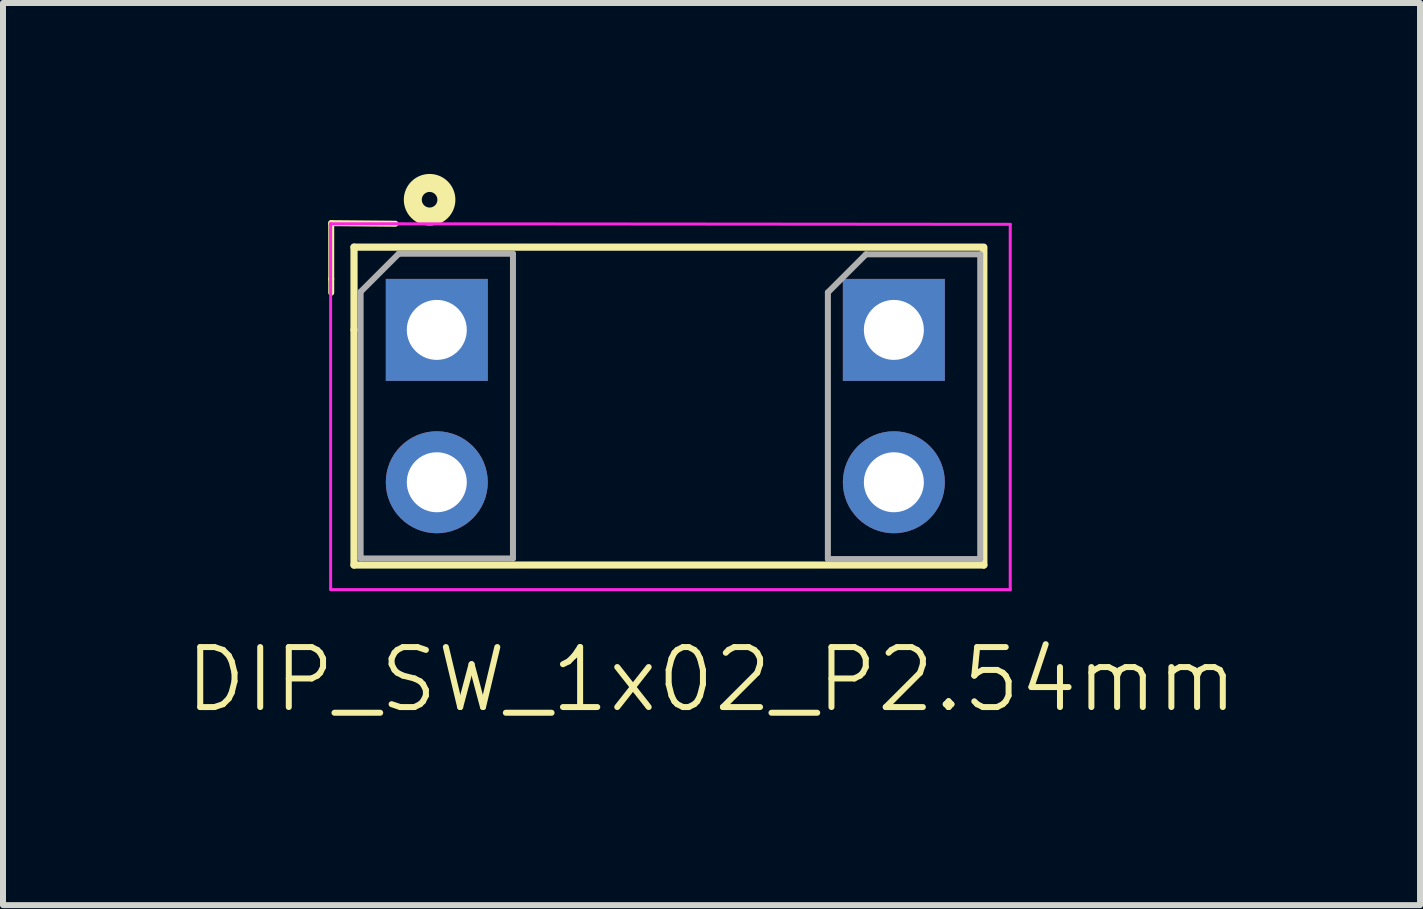
<source format=kicad_pcb>
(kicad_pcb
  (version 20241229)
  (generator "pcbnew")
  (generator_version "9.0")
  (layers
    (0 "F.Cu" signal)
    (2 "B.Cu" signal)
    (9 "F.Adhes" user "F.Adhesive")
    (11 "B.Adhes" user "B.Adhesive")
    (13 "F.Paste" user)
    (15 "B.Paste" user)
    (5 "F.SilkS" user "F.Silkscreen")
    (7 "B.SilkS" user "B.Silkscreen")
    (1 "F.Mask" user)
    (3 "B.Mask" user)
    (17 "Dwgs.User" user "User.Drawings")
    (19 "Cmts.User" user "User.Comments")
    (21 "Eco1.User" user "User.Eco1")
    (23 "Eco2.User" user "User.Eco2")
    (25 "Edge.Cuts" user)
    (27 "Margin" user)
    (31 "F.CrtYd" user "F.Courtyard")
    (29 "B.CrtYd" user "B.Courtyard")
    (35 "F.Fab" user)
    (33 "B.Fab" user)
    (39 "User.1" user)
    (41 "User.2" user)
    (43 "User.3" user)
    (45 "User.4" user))
  (footprint "DIP_SW_1x02_P2.54mm"
    (layer "F.Cu")
    (at 4.232 2.45)
    (property "Reference" "DIP_SW_1x02_P2.54mm" (at 4.58 5.83 0) (unlocked yes) (layer "F.SilkS") (effects (font (size 1 1) (thickness 0.1))))
    (attr smd)
    (fp_line (start -1.76 -1.78) (end -1.76 -0.85) (stroke (width 0.1) (type default)) (layer "F.SilkS"))
    (fp_line (start -1.76 -0.85) (end -1.76 -0.62) (stroke (width 0.1) (type default)) (layer "F.SilkS"))
    (fp_line (start -1.38 -1.38) (end 9.12 -1.38) (stroke (width 0.12) (type solid)) (layer "F.SilkS"))
    (fp_line (start -1.38 0) (end -1.38 -1.38) (stroke (width 0.12) (type solid)) (layer "F.SilkS"))
    (fp_line (start -1.38 0) (end -1.38 3.92) (stroke (width 0.12) (type solid)) (layer "F.SilkS"))
    (fp_line (start -1.38 3.92) (end 9.12 3.92) (stroke (width 0.12) (type solid)) (layer "F.SilkS"))
    (fp_line (start -0.69 -1.77) (end -1.76 -1.78) (stroke (width 0.1) (type default)) (layer "F.SilkS"))
    (fp_line (start 9.12 -1.35) (end 9.12 3.92) (stroke (width 0.12) (type solid)) (layer "F.SilkS"))
    (fp_circle (center -0.12 -2.17) (end 0 -2.12) (stroke (width 0.3) (type solid)) (fill no) (layer "F.SilkS"))
    (fp_line (start -1.77 -1.77) (end -1.77 4.32) (stroke (width 0.05) (type solid)) (layer "F.CrtYd"))
    (fp_line (start -1.77 4.33) (end 9.56 4.33) (stroke (width 0.05) (type solid)) (layer "F.CrtYd"))
    (fp_line (start 9.56 -1.76) (end -1.77 -1.77) (stroke (width 0.05) (type solid)) (layer "F.CrtYd"))
    (fp_line (start 9.56 4.33) (end 9.56 -1.76) (stroke (width 0.05) (type solid)) (layer "F.CrtYd"))
    (fp_line (start -1.27 -0.635) (end -0.635 -1.27) (stroke (width 0.1) (type solid)) (layer "F.Fab"))
    (fp_line (start -1.27 3.81) (end -1.27 -0.635) (stroke (width 0.1) (type solid)) (layer "F.Fab"))
    (fp_line (start -0.635 -1.27) (end 1.27 -1.27) (stroke (width 0.1) (type solid)) (layer "F.Fab"))
    (fp_line (start 1.27 -1.27) (end 1.27 3.81) (stroke (width 0.1) (type solid)) (layer "F.Fab"))
    (fp_line (start 1.27 3.81) (end -1.27 3.81) (stroke (width 0.1) (type solid)) (layer "F.Fab"))
    (fp_line (start 6.52 -0.625) (end 7.155 -1.26) (stroke (width 0.1) (type solid)) (layer "F.Fab"))
    (fp_line (start 6.52 3.82) (end 6.52 -0.625) (stroke (width 0.1) (type solid)) (layer "F.Fab"))
    (fp_line (start 7.155 -1.26) (end 9.06 -1.26) (stroke (width 0.1) (type solid)) (layer "F.Fab"))
    (fp_line (start 9.06 -1.26) (end 9.06 3.82) (stroke (width 0.1) (type solid)) (layer "F.Fab"))
    (fp_line (start 9.06 3.82) (end 6.52 3.82) (stroke (width 0.1) (type solid)) (layer "F.Fab"))
    (pad "1" thru_hole rect (at 0 0) (size 1.7 1.7) (drill 1) (layers "*.Cu" "*.Mask"))
    (pad "2" thru_hole circle (at 0 2.54) (size 1.7 1.7) (drill 1) (layers "*.Cu" "*.Mask"))
    (pad "3" thru_hole circle (at 7.62 2.54) (size 1.7 1.7) (drill 1) (layers "*.Cu" "*.Mask"))
    (pad "4" thru_hole rect (at 7.62 0) (size 1.7 1.7) (drill 1) (layers "*.Cu" "*.Mask")))
  (gr_rect
    (start -3 -3)
    (end 20.624 12.04)
    (stroke (width 0.1) (type default))
    (fill no)
    (layer "Edge.Cuts")))
</source>
